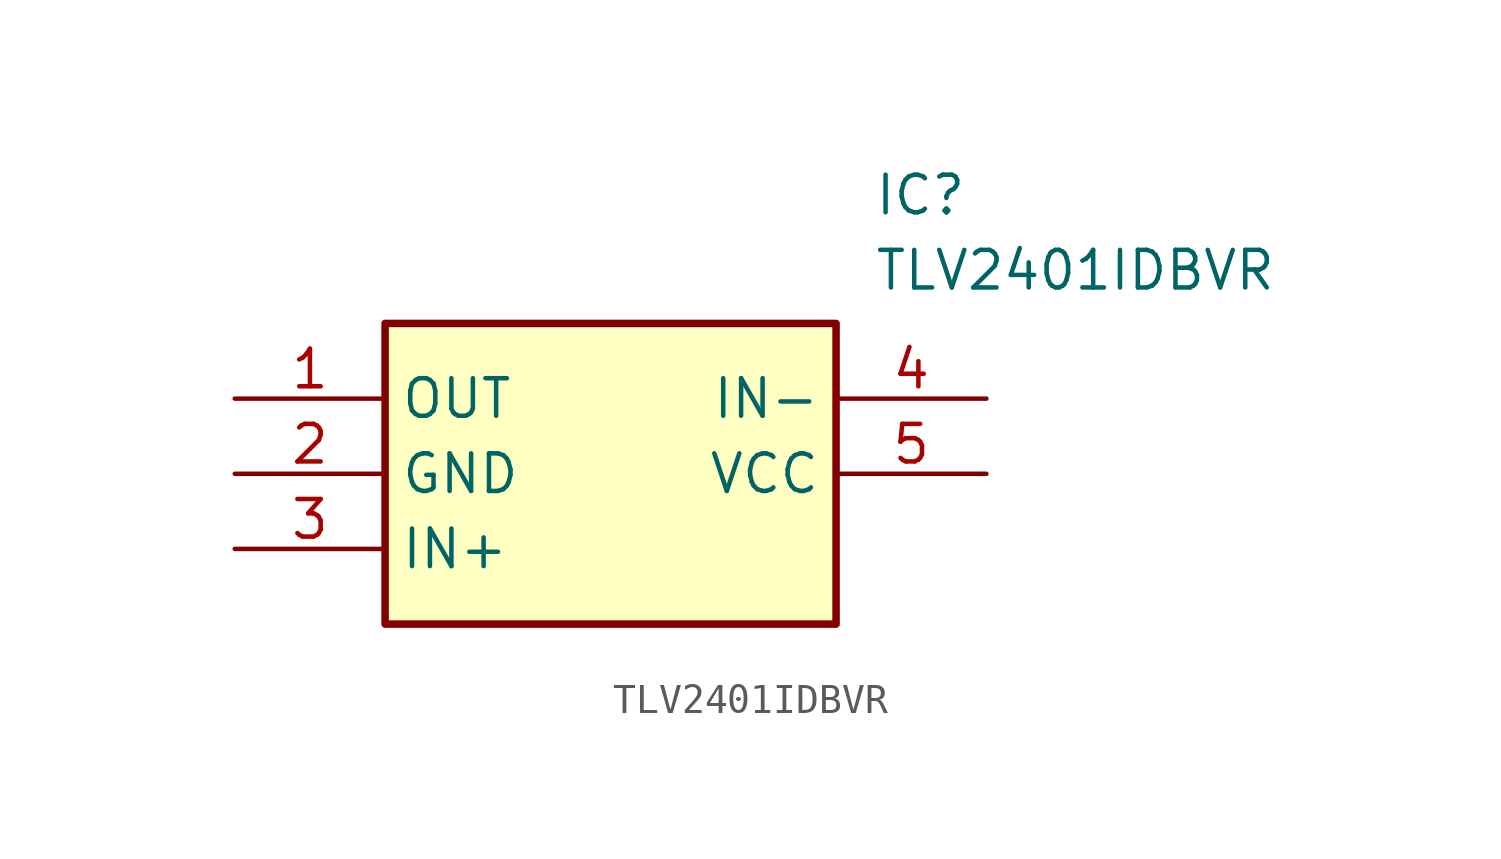
<source format=kicad_sym>
(kicad_symbol_lib
  (version 20211014)
  (generator SamacSys_ECAD_Model)
  (symbol "TLV2401IDBVR"
    (property "Reference" "IC"
      (at 21.59 7.62 0)
      (effects (font (size 1.27 1.27)) (justify left top)))
    (property "Value" "TLV2401IDBVR"
      (at 21.59 5.08 0)
      (effects (font (size 1.27 1.27)) (justify left top)))
    (rectangle
      (start 5.08 2.54)
      (end 20.32 -7.62)
      (stroke (width 0.254) (type default))
      (fill (type background)))
    (pin passive line
      (at 0 0 0)
      (length 5.08)
      (name "OUT" (effects (font (size 1.27 1.27))))
      (number "1" (effects (font (size 1.27 1.27)))))
    (pin passive line
      (at 0 -2.54 0)
      (length 5.08)
      (name "GND" (effects (font (size 1.27 1.27))))
      (number "2" (effects (font (size 1.27 1.27)))))
    (pin passive line
      (at 0 -5.08 0)
      (length 5.08)
      (name "IN+" (effects (font (size 1.27 1.27))))
      (number "3" (effects (font (size 1.27 1.27)))))
    (pin passive line
      (at 25.4 0 180)
      (length 5.08)
      (name "IN-" (effects (font (size 1.27 1.27))))
      (number "4" (effects (font (size 1.27 1.27)))))
    (pin passive line
      (at 25.4 -2.54 180)
      (length 5.08)
      (name "VCC" (effects (font (size 1.27 1.27))))
      (number "5" (effects (font (size 1.27 1.27)))))))
</source>
